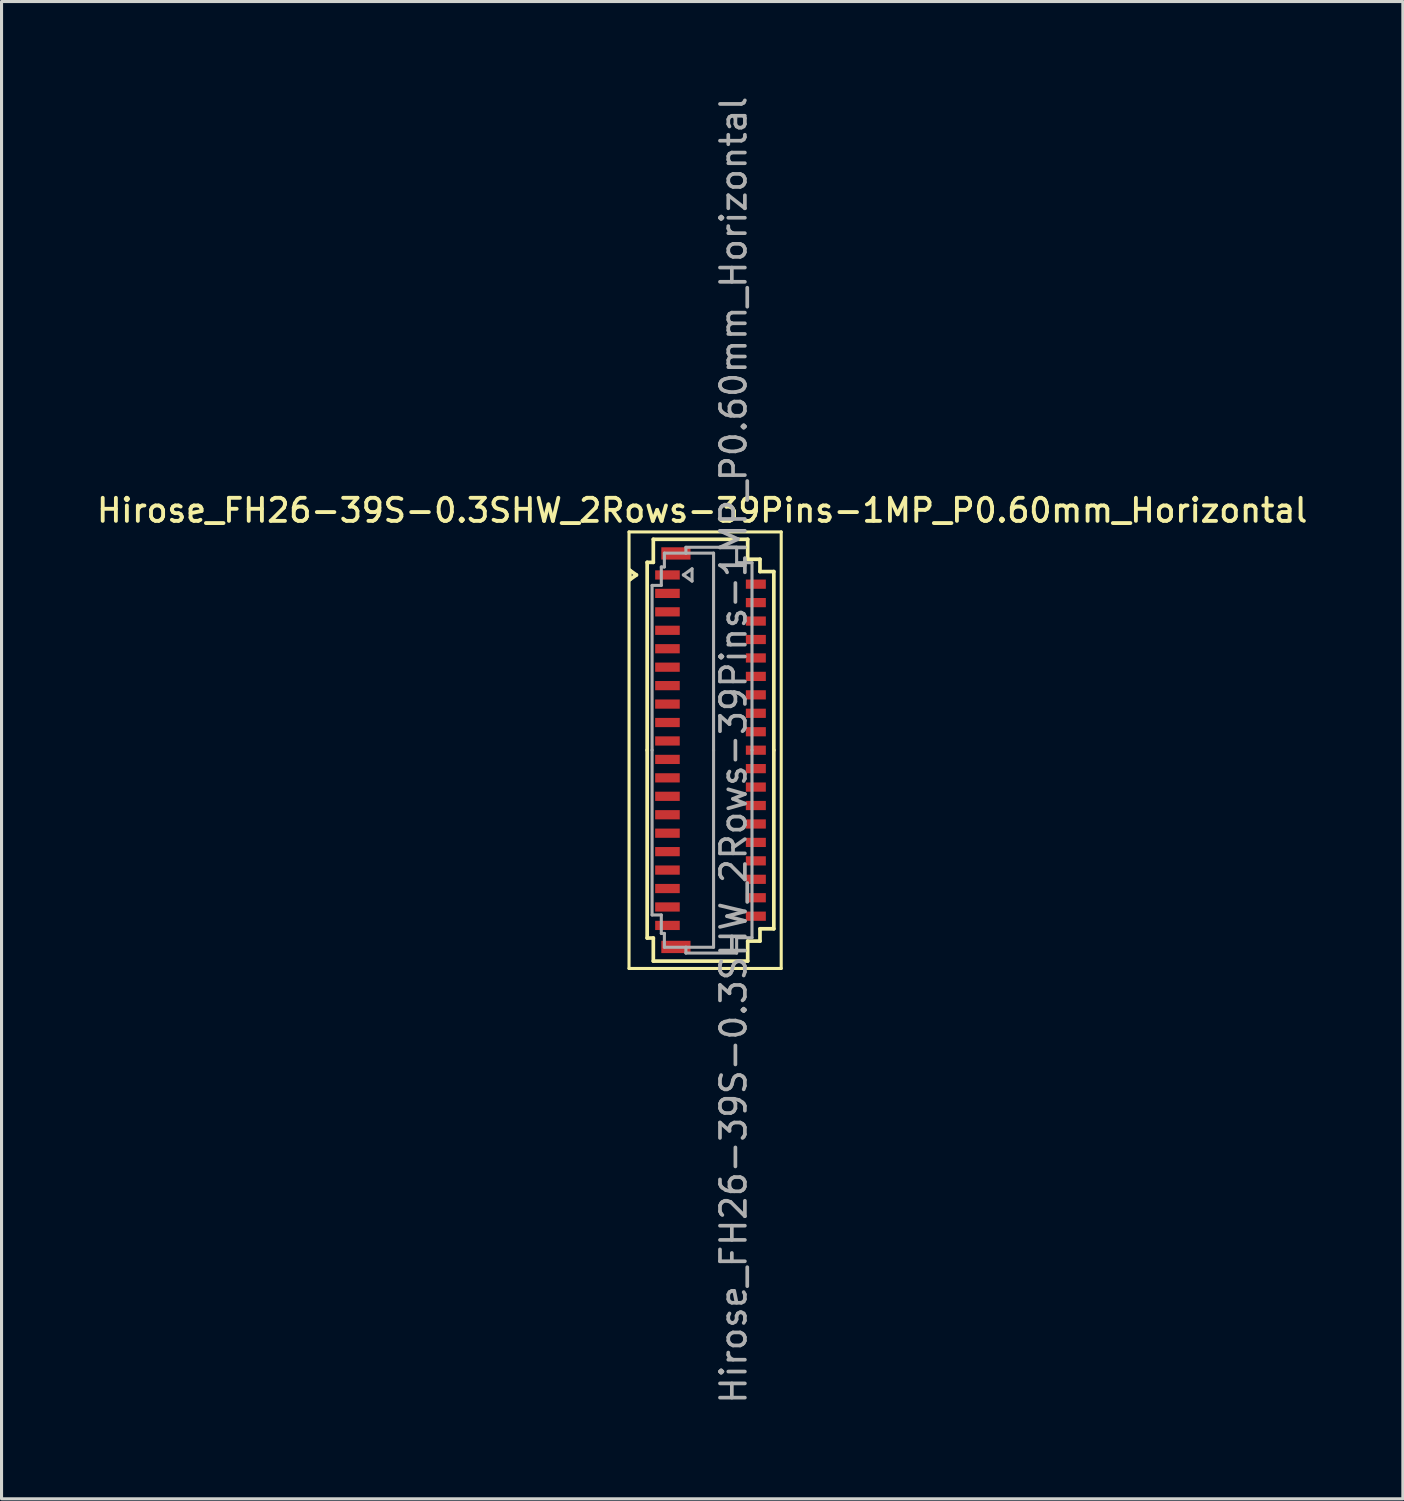
<source format=kicad_pcb>
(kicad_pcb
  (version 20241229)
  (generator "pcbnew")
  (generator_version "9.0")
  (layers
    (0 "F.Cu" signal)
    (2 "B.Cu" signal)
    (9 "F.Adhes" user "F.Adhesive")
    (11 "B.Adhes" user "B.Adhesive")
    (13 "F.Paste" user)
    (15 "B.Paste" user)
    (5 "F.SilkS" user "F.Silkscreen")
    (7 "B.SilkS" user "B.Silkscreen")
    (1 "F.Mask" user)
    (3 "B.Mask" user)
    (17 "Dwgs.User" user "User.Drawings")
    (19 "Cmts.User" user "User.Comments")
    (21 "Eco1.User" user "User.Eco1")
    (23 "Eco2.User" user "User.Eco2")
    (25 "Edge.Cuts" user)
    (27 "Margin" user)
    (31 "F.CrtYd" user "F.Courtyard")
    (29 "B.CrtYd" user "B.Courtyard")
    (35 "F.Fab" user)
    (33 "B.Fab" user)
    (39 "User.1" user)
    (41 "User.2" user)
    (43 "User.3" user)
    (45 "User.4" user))
  (footprint "Hirose_FH26-39S-0.3SHW_2Rows-39Pins-1MP_P0.60mm_Horizontal"
    (layer "F.Cu")
    (at 20.061 21.352)
    (property "Reference" "Hirose_FH26-39S-0.3SHW_2Rows-39Pins-1MP_P0.60mm_Horizontal" (at -0.27 -7.8 0) (layer "F.SilkS") (effects (font (size 0.75 0.75) (thickness 0.125))))
    (attr smd)
    (fp_line (start -2.65 -7.1) (end -2.65 7.1) (stroke (width 0.1) (type solid)) (layer "F.SilkS"))
    (fp_line (start -2.65 7.1) (end 2.3 7.1) (stroke (width 0.1) (type solid)) (layer "F.SilkS"))
    (fp_line (start -2.622 -5.85) (end -2.41 -5.7) (stroke (width 0.12) (type solid)) (layer "F.SilkS"))
    (fp_line (start -2.622 -5.55) (end -2.622 -5.85) (stroke (width 0.12) (type solid)) (layer "F.SilkS"))
    (fp_line (start -2.41 -5.7) (end -2.622 -5.55) (stroke (width 0.12) (type solid)) (layer "F.SilkS"))
    (fp_line (start -2.06 -6.11) (end -2.06 0) (stroke (width 0.12) (type solid)) (layer "F.SilkS"))
    (fp_line (start -2.06 6.11) (end -2.06 0) (stroke (width 0.12) (type solid)) (layer "F.SilkS"))
    (fp_line (start -1.86 -6.86) (end -1.86 -6.11) (stroke (width 0.12) (type solid)) (layer "F.SilkS"))
    (fp_line (start -1.86 -6.11) (end -2.06 -6.11) (stroke (width 0.12) (type solid)) (layer "F.SilkS"))
    (fp_line (start -1.86 6.11) (end -2.06 6.11) (stroke (width 0.12) (type solid)) (layer "F.SilkS"))
    (fp_line (start -1.86 6.86) (end -1.86 6.11) (stroke (width 0.12) (type solid)) (layer "F.SilkS"))
    (fp_line (start 1.21 -6.86) (end -1.86 -6.86) (stroke (width 0.12) (type solid)) (layer "F.SilkS"))
    (fp_line (start 1.21 -6.21) (end 1.21 -6.86) (stroke (width 0.12) (type solid)) (layer "F.SilkS"))
    (fp_line (start 1.21 6.21) (end 1.21 6.86) (stroke (width 0.12) (type solid)) (layer "F.SilkS"))
    (fp_line (start 1.21 6.86) (end -1.86 6.86) (stroke (width 0.12) (type solid)) (layer "F.SilkS"))
    (fp_line (start 1.61 -6.21) (end 1.21 -6.21) (stroke (width 0.12) (type solid)) (layer "F.SilkS"))
    (fp_line (start 1.61 -5.81) (end 1.61 -6.21) (stroke (width 0.12) (type solid)) (layer "F.SilkS"))
    (fp_line (start 1.61 5.81) (end 1.61 6.21) (stroke (width 0.12) (type solid)) (layer "F.SilkS"))
    (fp_line (start 1.61 6.21) (end 1.21 6.21) (stroke (width 0.12) (type solid)) (layer "F.SilkS"))
    (fp_line (start 2.06 -5.81) (end 1.61 -5.81) (stroke (width 0.12) (type solid)) (layer "F.SilkS"))
    (fp_line (start 2.06 0) (end 2.06 -5.81) (stroke (width 0.12) (type solid)) (layer "F.SilkS"))
    (fp_line (start 2.06 0) (end 2.06 5.81) (stroke (width 0.12) (type solid)) (layer "F.SilkS"))
    (fp_line (start 2.06 5.81) (end 1.61 5.81) (stroke (width 0.12) (type solid)) (layer "F.SilkS"))
    (fp_line (start 2.3 -7.1) (end -2.65 -7.1) (stroke (width 0.1) (type solid)) (layer "F.SilkS"))
    (fp_line (start 2.3 7.1) (end 2.3 -7.1) (stroke (width 0.1) (type solid)) (layer "F.SilkS"))
    (fp_line (start -1.9 -5.36) (end -1.6 -5.36) (stroke (width 0.1) (type solid)) (layer "F.Fab"))
    (fp_line (start -1.9 0) (end -1.9 -5.36) (stroke (width 0.1) (type solid)) (layer "F.Fab"))
    (fp_line (start -1.9 0) (end -1.9 5.36) (stroke (width 0.1) (type solid)) (layer "F.Fab"))
    (fp_line (start -1.9 5.36) (end -1.6 5.36) (stroke (width 0.1) (type solid)) (layer "F.Fab"))
    (fp_line (start -1.6 -5.96) (end -1.5 -5.96) (stroke (width 0.1) (type solid)) (layer "F.Fab"))
    (fp_line (start -1.6 -5.36) (end -1.6 -5.96) (stroke (width 0.1) (type solid)) (layer "F.Fab"))
    (fp_line (start -1.6 5.36) (end -1.6 5.96) (stroke (width 0.1) (type solid)) (layer "F.Fab"))
    (fp_line (start -1.6 5.96) (end -1.5 5.96) (stroke (width 0.1) (type solid)) (layer "F.Fab"))
    (fp_line (start -1.5 -6.41) (end -0.8 -6.41) (stroke (width 0.1) (type solid)) (layer "F.Fab"))
    (fp_line (start -1.5 -5.96) (end -1.5 -6.41) (stroke (width 0.1) (type solid)) (layer "F.Fab"))
    (fp_line (start -1.5 5.96) (end -1.5 6.41) (stroke (width 0.1) (type solid)) (layer "F.Fab"))
    (fp_line (start -1.5 6.41) (end -0.8 6.41) (stroke (width 0.1) (type solid)) (layer "F.Fab"))
    (fp_line (start -0.883 -5.7) (end -0.6 -5.5) (stroke (width 0.1) (type solid)) (layer "F.Fab"))
    (fp_line (start -0.8 -6.6) (end 0.85 -6.6) (stroke (width 0.1) (type solid)) (layer "F.Fab"))
    (fp_line (start -0.8 -6.41) (end -0.8 -6.6) (stroke (width 0.1) (type solid)) (layer "F.Fab"))
    (fp_line (start -0.8 6.41) (end -0.8 6.6) (stroke (width 0.1) (type solid)) (layer "F.Fab"))
    (fp_line (start -0.8 6.6) (end 0.85 6.6) (stroke (width 0.1) (type solid)) (layer "F.Fab"))
    (fp_line (start -0.6 -5.9) (end -0.883 -5.7) (stroke (width 0.1) (type solid)) (layer "F.Fab"))
    (fp_line (start -0.6 -5.5) (end -0.6 -5.9) (stroke (width 0.1) (type solid)) (layer "F.Fab"))
    (fp_line (start 0.1 -6.41) (end -0.8 -6.41) (stroke (width 0.1) (type solid)) (layer "F.Fab"))
    (fp_line (start 0.1 0) (end 0.1 -6.41) (stroke (width 0.1) (type solid)) (layer "F.Fab"))
    (fp_line (start 0.1 0) (end 0.1 6.41) (stroke (width 0.1) (type solid)) (layer "F.Fab"))
    (fp_line (start 0.1 6.41) (end -0.8 6.41) (stroke (width 0.1) (type solid)) (layer "F.Fab"))
    (fp_line (start 0.85 -6.6) (end 0.85 -6.1) (stroke (width 0.1) (type solid)) (layer "F.Fab"))
    (fp_line (start 0.85 -6.1) (end 1.35 -6.1) (stroke (width 0.1) (type solid)) (layer "F.Fab"))
    (fp_line (start 0.85 6.1) (end 1.35 6.1) (stroke (width 0.1) (type solid)) (layer "F.Fab"))
    (fp_line (start 0.85 6.6) (end 0.85 6.1) (stroke (width 0.1) (type solid)) (layer "F.Fab"))
    (fp_line (start 1.35 -6.1) (end 1.35 0) (stroke (width 0.1) (type solid)) (layer "F.Fab"))
    (fp_line (start 1.35 6.1) (end 1.35 0) (stroke (width 0.1) (type solid)) (layer "F.Fab"))
    (fp_text user "${REFERENCE}" (at 0.75 0 90) (layer "F.Fab") (effects (font (size 0.81 0.81) (thickness 0.12))))
    (pad "1" smd rect (at -1.4 -5.7) (size 0.8 0.3) (layers "F.Cu" "F.Mask" "F.Paste"))
    (pad "2" smd rect (at 1.475 -5.4) (size 0.65 0.3) (layers "F.Cu" "F.Mask" "F.Paste"))
    (pad "3" smd rect (at -1.4 -5.1) (size 0.8 0.3) (layers "F.Cu" "F.Mask" "F.Paste"))
    (pad "4" smd rect (at 1.475 -4.8) (size 0.65 0.3) (layers "F.Cu" "F.Mask" "F.Paste"))
    (pad "5" smd rect (at -1.4 -4.5) (size 0.8 0.3) (layers "F.Cu" "F.Mask" "F.Paste"))
    (pad "6" smd rect (at 1.475 -4.2) (size 0.65 0.3) (layers "F.Cu" "F.Mask" "F.Paste"))
    (pad "7" smd rect (at -1.4 -3.9) (size 0.8 0.3) (layers "F.Cu" "F.Mask" "F.Paste"))
    (pad "8" smd rect (at 1.475 -3.6) (size 0.65 0.3) (layers "F.Cu" "F.Mask" "F.Paste"))
    (pad "9" smd rect (at -1.4 -3.3) (size 0.8 0.3) (layers "F.Cu" "F.Mask" "F.Paste"))
    (pad "10" smd rect (at 1.475 -3) (size 0.65 0.3) (layers "F.Cu" "F.Mask" "F.Paste"))
    (pad "11" smd rect (at -1.4 -2.7) (size 0.8 0.3) (layers "F.Cu" "F.Mask" "F.Paste"))
    (pad "12" smd rect (at 1.475 -2.4) (size 0.65 0.3) (layers "F.Cu" "F.Mask" "F.Paste"))
    (pad "13" smd rect (at -1.4 -2.1) (size 0.8 0.3) (layers "F.Cu" "F.Mask" "F.Paste"))
    (pad "14" smd rect (at 1.475 -1.8) (size 0.65 0.3) (layers "F.Cu" "F.Mask" "F.Paste"))
    (pad "15" smd rect (at -1.4 -1.5) (size 0.8 0.3) (layers "F.Cu" "F.Mask" "F.Paste"))
    (pad "16" smd rect (at 1.475 -1.2) (size 0.65 0.3) (layers "F.Cu" "F.Mask" "F.Paste"))
    (pad "17" smd rect (at -1.4 -0.9) (size 0.8 0.3) (layers "F.Cu" "F.Mask" "F.Paste"))
    (pad "18" smd rect (at 1.475 -0.6) (size 0.65 0.3) (layers "F.Cu" "F.Mask" "F.Paste"))
    (pad "19" smd rect (at -1.4 -0.3) (size 0.8 0.3) (layers "F.Cu" "F.Mask" "F.Paste"))
    (pad "20" smd rect (at 1.475 0) (size 0.65 0.3) (layers "F.Cu" "F.Mask" "F.Paste"))
    (pad "21" smd rect (at -1.4 0.3) (size 0.8 0.3) (layers "F.Cu" "F.Mask" "F.Paste"))
    (pad "22" smd rect (at 1.475 0.6) (size 0.65 0.3) (layers "F.Cu" "F.Mask" "F.Paste"))
    (pad "23" smd rect (at -1.4 0.9) (size 0.8 0.3) (layers "F.Cu" "F.Mask" "F.Paste"))
    (pad "24" smd rect (at 1.475 1.2) (size 0.65 0.3) (layers "F.Cu" "F.Mask" "F.Paste"))
    (pad "25" smd rect (at -1.4 1.5) (size 0.8 0.3) (layers "F.Cu" "F.Mask" "F.Paste"))
    (pad "26" smd rect (at 1.475 1.8) (size 0.65 0.3) (layers "F.Cu" "F.Mask" "F.Paste"))
    (pad "27" smd rect (at -1.4 2.1) (size 0.8 0.3) (layers "F.Cu" "F.Mask" "F.Paste"))
    (pad "28" smd rect (at 1.475 2.4) (size 0.65 0.3) (layers "F.Cu" "F.Mask" "F.Paste"))
    (pad "29" smd rect (at -1.4 2.7) (size 0.8 0.3) (layers "F.Cu" "F.Mask" "F.Paste"))
    (pad "30" smd rect (at 1.475 3) (size 0.65 0.3) (layers "F.Cu" "F.Mask" "F.Paste"))
    (pad "31" smd rect (at -1.4 3.3) (size 0.8 0.3) (layers "F.Cu" "F.Mask" "F.Paste"))
    (pad "32" smd rect (at 1.475 3.6) (size 0.65 0.3) (layers "F.Cu" "F.Mask" "F.Paste"))
    (pad "33" smd rect (at -1.4 3.9) (size 0.8 0.3) (layers "F.Cu" "F.Mask" "F.Paste"))
    (pad "34" smd rect (at 1.475 4.2) (size 0.65 0.3) (layers "F.Cu" "F.Mask" "F.Paste"))
    (pad "35" smd rect (at -1.4 4.5) (size 0.8 0.3) (layers "F.Cu" "F.Mask" "F.Paste"))
    (pad "36" smd rect (at 1.475 4.8) (size 0.65 0.3) (layers "F.Cu" "F.Mask" "F.Paste"))
    (pad "37" smd rect (at -1.4 5.1) (size 0.8 0.3) (layers "F.Cu" "F.Mask" "F.Paste"))
    (pad "38" smd rect (at 1.475 5.4) (size 0.65 0.3) (layers "F.Cu" "F.Mask" "F.Paste"))
    (pad "39" smd rect (at -1.4 5.7) (size 0.8 0.3) (layers "F.Cu" "F.Mask" "F.Paste"))
    (pad "MP" smd rect (at -1.125 -6.4) (size 0.95 0.4) (layers "F.Cu" "F.Mask" "F.Paste"))
    (pad "MP" smd rect (at -1.125 6.4) (size 0.95 0.4) (layers "F.Cu" "F.Mask" "F.Paste")))
  (gr_rect
    (start -3 -3)
    (end 42.582 45.704)
    (stroke (width 0.1) (type default))
    (fill no)
    (layer "Edge.Cuts")))
</source>
